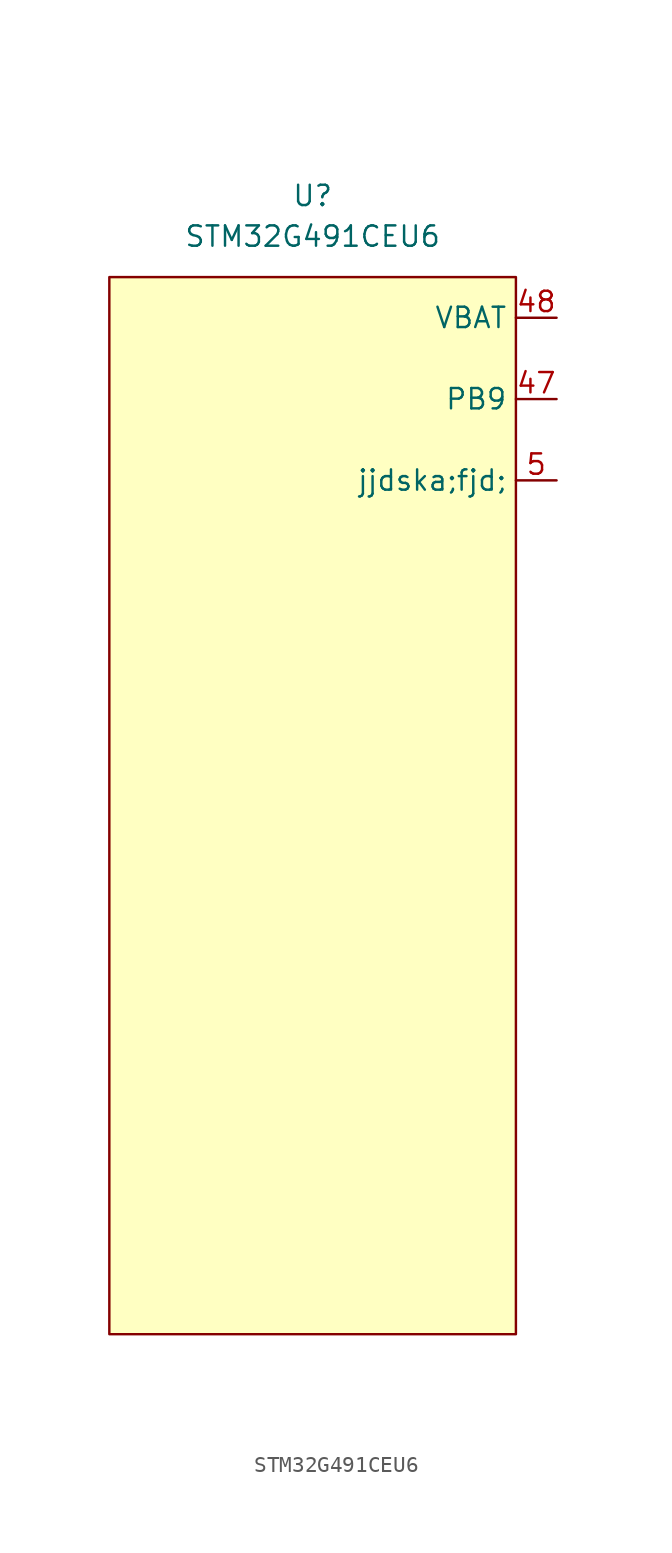
<source format=kicad_sym>
(kicad_symbol_lib
  (version 20211014)
  (generator kicad_symbol_editor)
  (symbol "STM32G491CEU6"
    (property "Reference" "U"
      (at 0 0 0)
      (effects (font (size 1.27 1.27))))
    (property "Value" "STM32G491CEU6"
      (at 0 -2.54 0)
      (effects (font (size 1.27 1.27))))
    (symbol "STM32G491CEU6_0_1"
      (rectangle (start -12.7 -5.08) (end 12.7 -71.12) (stroke (width 0) (type default) (color 0 0 0 0)) (fill (type background))))
    (symbol "STM32G491CEU6_1_1"
      (pin bidirectional line (at 15.24 -12.7 180) (length 2.54) (name "PB9" (effects (font (size 1.27 1.27)))) (number "47" (effects (font (size 1.27 1.27)))))
      (pin input line (at 15.24 -7.62 180) (length 2.54) (name "VBAT" (effects (font (size 1.27 1.27)))) (number "48" (effects (font (size 1.27 1.27)))))
      (pin bidirectional line (at 15.24 -17.78 180) (length 2.54) (name "jjdska;fjd;" (effects (font (size 1.27 1.27)))) (number "5" (effects (font (size 1.27 1.27))))))))
</source>
